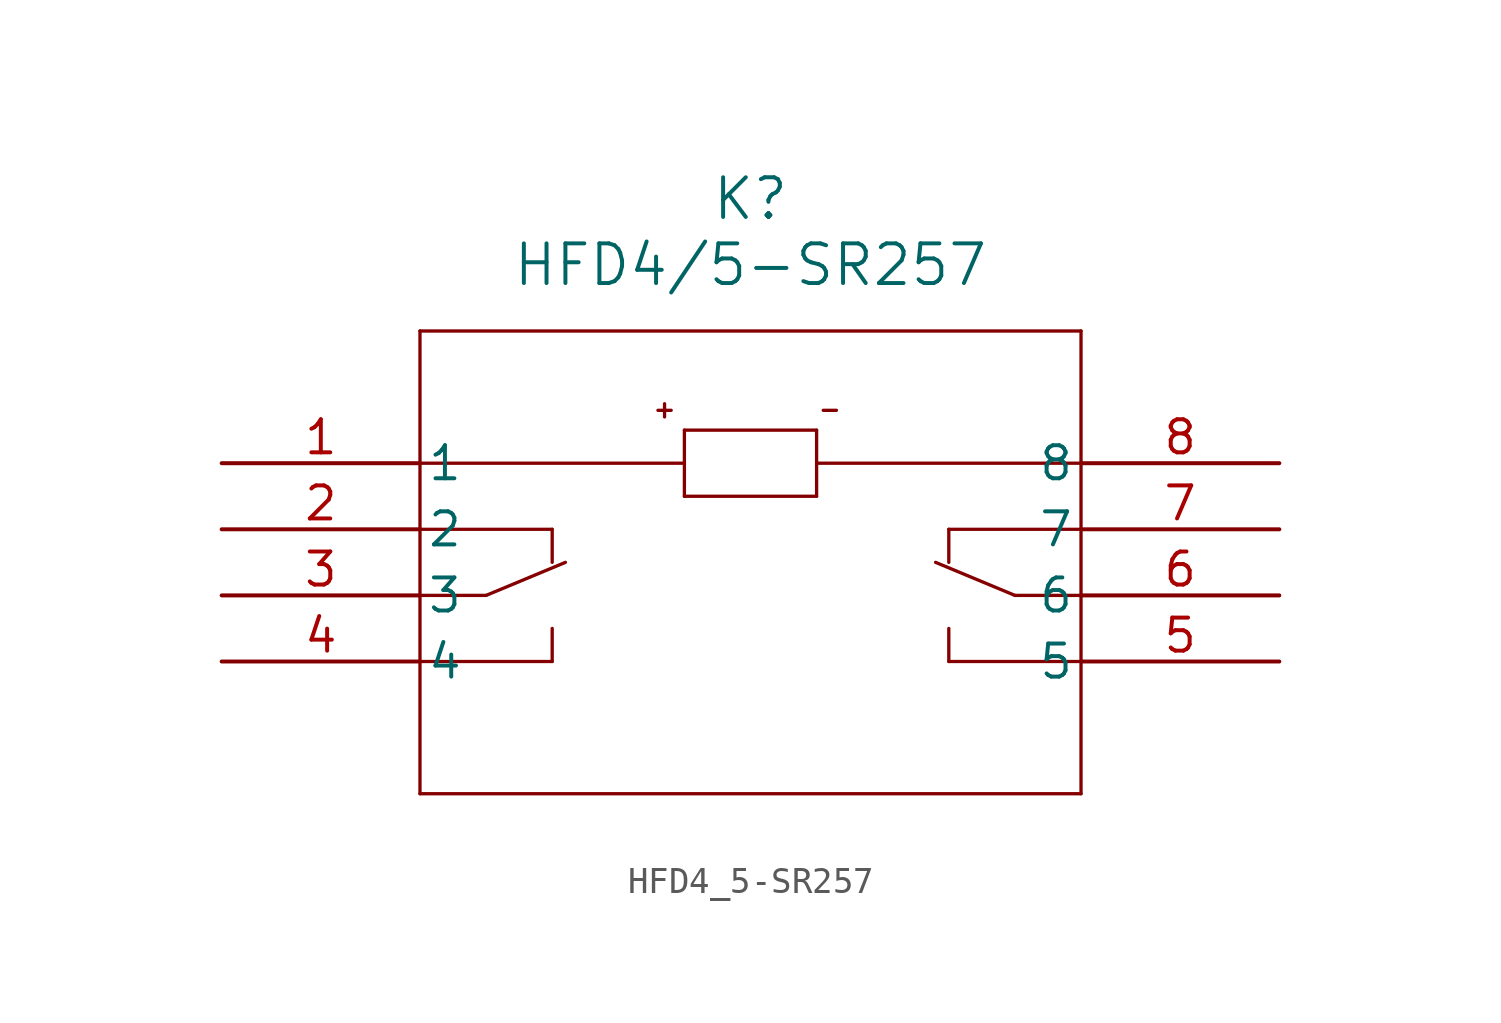
<source format=kicad_sym>
(kicad_symbol_lib
  (version 20211014)
  (generator kicad_symbol_editor)
  (symbol "HFD4_5-SR257"
    (pin_names
      (offset 0.254))
    (property "Reference" "K"
      (at 20.32 10.16 0)
      (effects (font (size 1.524 1.524))))
    (property "Value" "HFD4/5-SR257"
      (at 20.32 7.62 0)
      (effects (font (size 1.524 1.524))))
    (symbol "HFD4_5-SR257_0_1"
      (polyline (pts (xy 7.62 5.08) (xy 7.62 -12.7)) (stroke (width 0.127) (type default) (color 0 0 0 0)) (fill (type none)))
      (polyline (pts (xy 7.62 -12.7) (xy 33.02 -12.7)) (stroke (width 0.127) (type default) (color 0 0 0 0)) (fill (type none)))
      (polyline (pts (xy 33.02 -12.7) (xy 33.02 5.08)) (stroke (width 0.127) (type default) (color 0 0 0 0)) (fill (type none)))
      (polyline (pts (xy 33.02 5.08) (xy 7.62 5.08)) (stroke (width 0.127) (type default) (color 0 0 0 0)) (fill (type none)))
      (polyline (pts (xy 7.62 0) (xy 17.78 0)) (stroke (width 0.127) (type default) (color 0 0 0 0)) (fill (type none)))
      (polyline (pts (xy 22.86 0) (xy 33.02 0)) (stroke (width 0.127) (type default) (color 0 0 0 0)) (fill (type none)))
      (polyline (pts (xy 17.78 1.27) (xy 17.78 -1.27)) (stroke (width 0.127) (type default) (color 0 0 0 0)) (fill (type none)))
      (polyline (pts (xy 17.78 -1.27) (xy 22.86 -1.27)) (stroke (width 0.127) (type default) (color 0 0 0 0)) (fill (type none)))
      (polyline (pts (xy 22.86 -1.27) (xy 22.86 1.27)) (stroke (width 0.127) (type default) (color 0 0 0 0)) (fill (type none)))
      (polyline (pts (xy 22.86 1.27) (xy 17.78 1.27)) (stroke (width 0.127) (type default) (color 0 0 0 0)) (fill (type none)))
      (polyline (pts (xy 17.018 2.286) (xy 17.018 1.778)) (stroke (width 0.127) (type default) (color 0 0 0 0)) (fill (type none)))
      (polyline (pts (xy 16.764 2.032) (xy 17.272 2.032)) (stroke (width 0.127) (type default) (color 0 0 0 0)) (fill (type none)))
      (polyline (pts (xy 23.114 2.032) (xy 23.622 2.032)) (stroke (width 0.127) (type default) (color 0 0 0 0)) (fill (type none)))
      (polyline (pts (xy 7.62 -2.54) (xy 12.7 -2.54)) (stroke (width 0.127) (type default) (color 0 0 0 0)) (fill (type none)))
      (polyline (pts (xy 12.7 -2.54) (xy 12.7 -3.81)) (stroke (width 0.127) (type default) (color 0 0 0 0)) (fill (type none)))
      (polyline (pts (xy 7.62 -7.62) (xy 12.7 -7.62)) (stroke (width 0.127) (type default) (color 0 0 0 0)) (fill (type none)))
      (polyline (pts (xy 12.7 -7.62) (xy 12.7 -6.35)) (stroke (width 0.127) (type default) (color 0 0 0 0)) (fill (type none)))
      (polyline (pts (xy 7.62 -5.08) (xy 10.16 -5.08)) (stroke (width 0.127) (type default) (color 0 0 0 0)) (fill (type none)))
      (polyline (pts (xy 10.16 -5.08) (xy 13.208 -3.81)) (stroke (width 0.127) (type default) (color 0 0 0 0)) (fill (type none)))
      (polyline (pts (xy 33.02 -2.54) (xy 27.94 -2.54)) (stroke (width 0.127) (type default) (color 0 0 0 0)) (fill (type none)))
      (polyline (pts (xy 27.94 -2.54) (xy 27.94 -3.81)) (stroke (width 0.127) (type default) (color 0 0 0 0)) (fill (type none)))
      (polyline (pts (xy 33.02 -7.62) (xy 27.94 -7.62)) (stroke (width 0.127) (type default) (color 0 0 0 0)) (fill (type none)))
      (polyline (pts (xy 27.94 -7.62) (xy 27.94 -6.35)) (stroke (width 0.127) (type default) (color 0 0 0 0)) (fill (type none)))
      (polyline (pts (xy 33.02 -5.08) (xy 30.48 -5.08)) (stroke (width 0.127) (type default) (color 0 0 0 0)) (fill (type none)))
      (polyline (pts (xy 30.48 -5.08) (xy 27.432 -3.81)) (stroke (width 0.127) (type default) (color 0 0 0 0)) (fill (type none)))
      (pin unspecified line (at 0 0 0) (length 7.62) (name "1" (effects (font (size 1.27 1.27)))) (number "1" (effects (font (size 1.27 1.27)))))
      (pin unspecified line (at 0 -2.54 0) (length 7.62) (name "2" (effects (font (size 1.27 1.27)))) (number "2" (effects (font (size 1.27 1.27)))))
      (pin unspecified line (at 0 -5.08 0) (length 7.62) (name "3" (effects (font (size 1.27 1.27)))) (number "3" (effects (font (size 1.27 1.27)))))
      (pin unspecified line (at 0 -7.62 0) (length 7.62) (name "4" (effects (font (size 1.27 1.27)))) (number "4" (effects (font (size 1.27 1.27)))))
      (pin unspecified line (at 40.64 -7.62 180) (length 7.62) (name "5" (effects (font (size 1.27 1.27)))) (number "5" (effects (font (size 1.27 1.27)))))
      (pin unspecified line (at 40.64 -5.08 180) (length 7.62) (name "6" (effects (font (size 1.27 1.27)))) (number "6" (effects (font (size 1.27 1.27)))))
      (pin unspecified line (at 40.64 -2.54 180) (length 7.62) (name "7" (effects (font (size 1.27 1.27)))) (number "7" (effects (font (size 1.27 1.27)))))
      (pin unspecified line (at 40.64 0 180) (length 7.62) (name "8" (effects (font (size 1.27 1.27)))) (number "8" (effects (font (size 1.27 1.27))))))))
</source>
